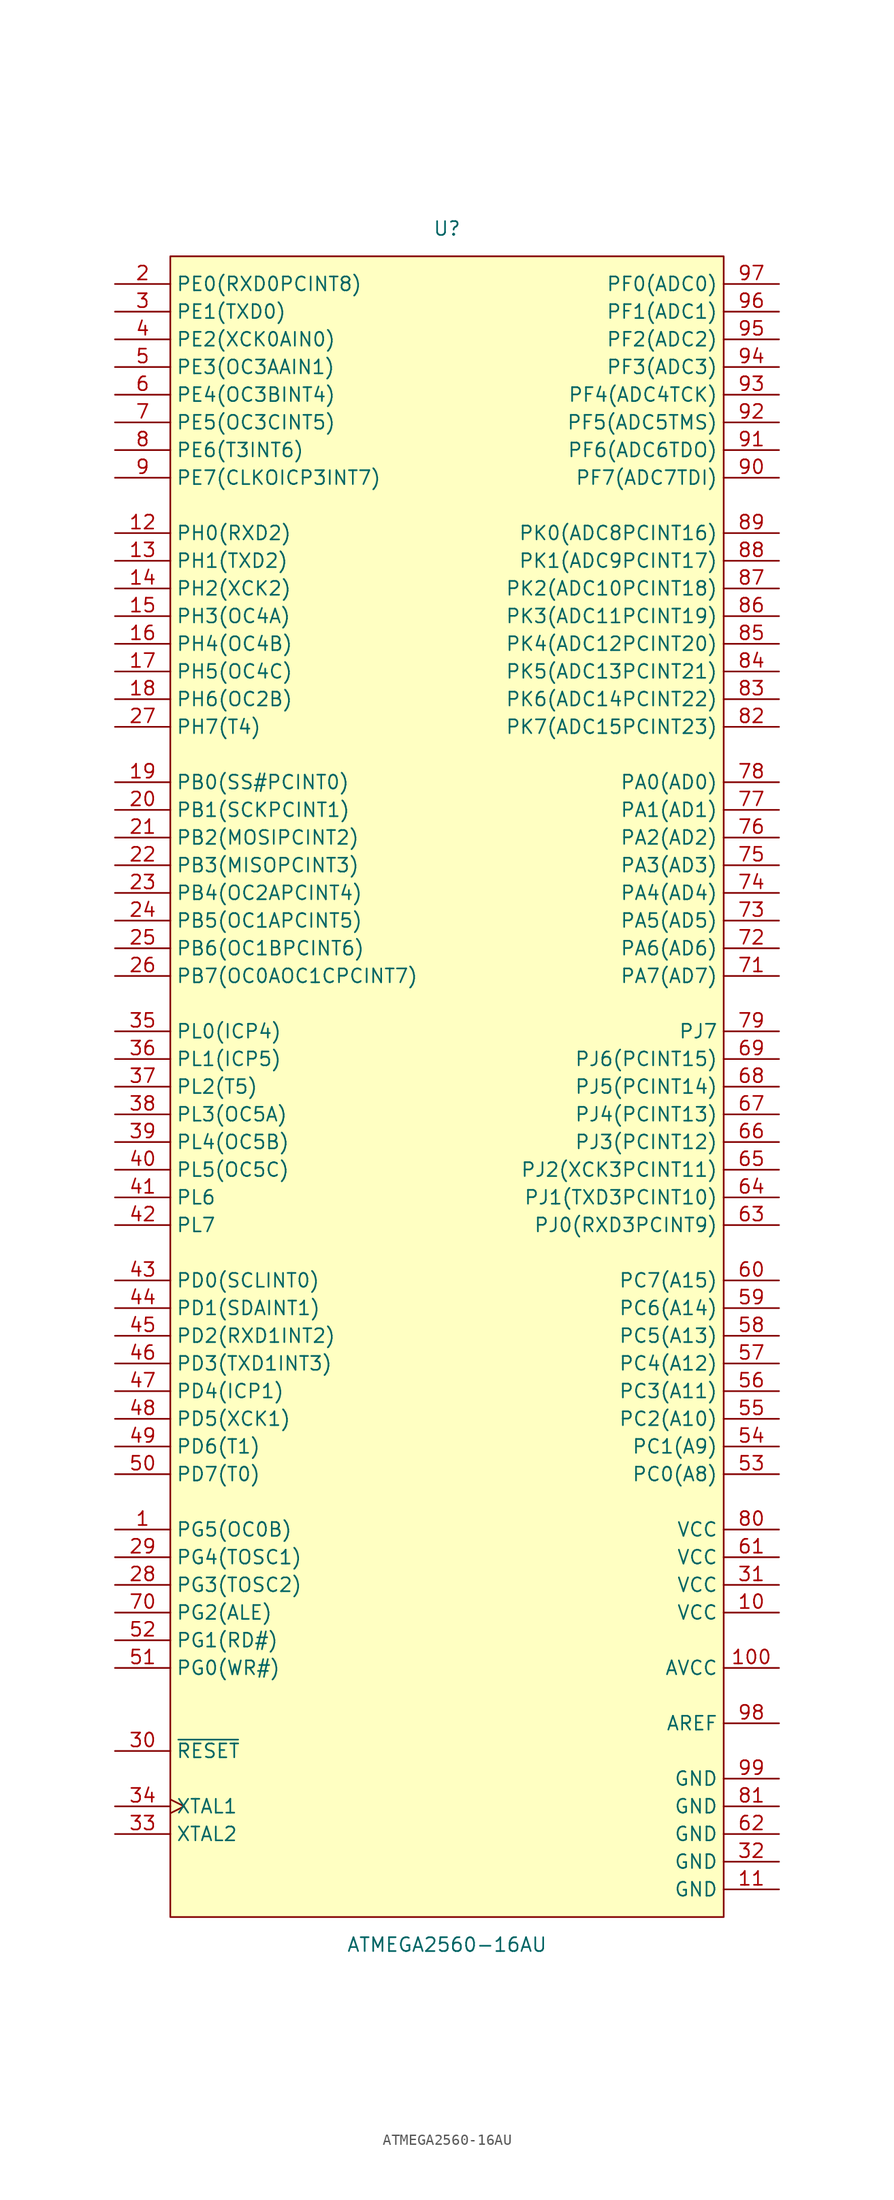
<source format=kicad_sym>
(kicad_symbol_lib
  (version 20211014)
  (generator https://github.com/uPesy/easyeda2kicad.py)
  (symbol "ATMEGA2560-16AU"
    (property "Reference" "U"
      (at 0 78.74 0)
      (effects (font (size 1.27 1.27))))
    (property "Value" "ATMEGA2560-16AU"
      (at 0 -78.74 0)
      (effects (font (size 1.27 1.27))))
    (symbol "ATMEGA2560-16AU_0_1"
      (rectangle (start -25.40 76.20) (end 25.40 -76.20) (stroke (width 0) (type default) (color 0 0 0 0)) (fill (type background)))
      (pin bidirectional line (at 30.48 -12.70 180) (length 5.08) (name "PJ0(RXD3PCINT9)" (effects (font (size 1.27 1.27)))) (number "63" (effects (font (size 1.27 1.27)))))
      (pin power_in line (at 30.48 -53.34 180) (length 5.08) (name "AVCC" (effects (font (size 1.27 1.27)))) (number "100" (effects (font (size 1.27 1.27)))))
      (pin power_in line (at 30.48 -45.72 180) (length 5.08) (name "VCC" (effects (font (size 1.27 1.27)))) (number "31" (effects (font (size 1.27 1.27)))))
      (pin power_in line (at 30.48 -73.66 180) (length 5.08) (name "GND" (effects (font (size 1.27 1.27)))) (number "11" (effects (font (size 1.27 1.27)))))
      (pin power_in line (at 30.48 -71.12 180) (length 5.08) (name "GND" (effects (font (size 1.27 1.27)))) (number "32" (effects (font (size 1.27 1.27)))))
      (pin power_in line (at 30.48 -66.04 180) (length 5.08) (name "GND" (effects (font (size 1.27 1.27)))) (number "81" (effects (font (size 1.27 1.27)))))
      (pin bidirectional line (at -30.48 -40.64 0) (length 5.08) (name "PG5(OC0B)" (effects (font (size 1.27 1.27)))) (number "1" (effects (font (size 1.27 1.27)))))
      (pin bidirectional line (at -30.48 -22.86 0) (length 5.08) (name "PD2(RXD1INT2)" (effects (font (size 1.27 1.27)))) (number "45" (effects (font (size 1.27 1.27)))))
      (pin unspecified line (at -30.48 -60.96 0) (length 5.08) (name "~{RESET}" (effects (font (size 1.27 1.27)))) (number "30" (effects (font (size 1.27 1.27)))))
      (pin bidirectional line (at 30.48 17.78 180) (length 5.08) (name "PA4(AD4)" (effects (font (size 1.27 1.27)))) (number "74" (effects (font (size 1.27 1.27)))))
      (pin bidirectional line (at 30.48 10.16 180) (length 5.08) (name "PA7(AD7)" (effects (font (size 1.27 1.27)))) (number "71" (effects (font (size 1.27 1.27)))))
      (pin bidirectional line (at 30.48 15.24 180) (length 5.08) (name "PA5(AD5)" (effects (font (size 1.27 1.27)))) (number "73" (effects (font (size 1.27 1.27)))))
      (pin power_in line (at 30.48 -40.64 180) (length 5.08) (name "VCC" (effects (font (size 1.27 1.27)))) (number "80" (effects (font (size 1.27 1.27)))))
      (pin unspecified clock (at -30.48 -66.04 0) (length 5.08) (name "XTAL1" (effects (font (size 1.27 1.27)))) (number "34" (effects (font (size 1.27 1.27)))))
      (pin bidirectional line (at 30.48 -33.02 180) (length 5.08) (name "PC1(A9)" (effects (font (size 1.27 1.27)))) (number "54" (effects (font (size 1.27 1.27)))))
      (pin bidirectional line (at 30.48 -30.48 180) (length 5.08) (name "PC2(A10)" (effects (font (size 1.27 1.27)))) (number "55" (effects (font (size 1.27 1.27)))))
      (pin bidirectional line (at 30.48 -27.94 180) (length 5.08) (name "PC3(A11)" (effects (font (size 1.27 1.27)))) (number "56" (effects (font (size 1.27 1.27)))))
      (pin bidirectional line (at 30.48 -25.40 180) (length 5.08) (name "PC4(A12)" (effects (font (size 1.27 1.27)))) (number "57" (effects (font (size 1.27 1.27)))))
      (pin bidirectional line (at 30.48 -22.86 180) (length 5.08) (name "PC5(A13)" (effects (font (size 1.27 1.27)))) (number "58" (effects (font (size 1.27 1.27)))))
      (pin bidirectional line (at 30.48 -0.00 180) (length 5.08) (name "PJ5(PCINT14)" (effects (font (size 1.27 1.27)))) (number "68" (effects (font (size 1.27 1.27)))))
      (pin bidirectional line (at 30.48 2.54 180) (length 5.08) (name "PJ6(PCINT15)" (effects (font (size 1.27 1.27)))) (number "69" (effects (font (size 1.27 1.27)))))
      (pin power_in line (at 30.48 -58.42 180) (length 5.08) (name "AREF" (effects (font (size 1.27 1.27)))) (number "98" (effects (font (size 1.27 1.27)))))
      (pin bidirectional line (at -30.48 -20.32 0) (length 5.08) (name "PD1(SDAINT1)" (effects (font (size 1.27 1.27)))) (number "44" (effects (font (size 1.27 1.27)))))
      (pin bidirectional line (at -30.48 12.70 0) (length 5.08) (name "PB6(OC1BPCINT6)" (effects (font (size 1.27 1.27)))) (number "25" (effects (font (size 1.27 1.27)))))
      (pin bidirectional line (at -30.48 -25.40 0) (length 5.08) (name "PD3(TXD1INT3)" (effects (font (size 1.27 1.27)))) (number "46" (effects (font (size 1.27 1.27)))))
      (pin bidirectional line (at -30.48 -27.94 0) (length 5.08) (name "PD4(ICP1)" (effects (font (size 1.27 1.27)))) (number "47" (effects (font (size 1.27 1.27)))))
      (pin bidirectional line (at -30.48 -30.48 0) (length 5.08) (name "PD5(XCK1)" (effects (font (size 1.27 1.27)))) (number "48" (effects (font (size 1.27 1.27)))))
      (pin bidirectional line (at -30.48 -33.02 0) (length 5.08) (name "PD6(T1)" (effects (font (size 1.27 1.27)))) (number "49" (effects (font (size 1.27 1.27)))))
      (pin bidirectional line (at -30.48 -35.56 0) (length 5.08) (name "PD7(T0)" (effects (font (size 1.27 1.27)))) (number "50" (effects (font (size 1.27 1.27)))))
      (pin bidirectional line (at 30.48 71.12 180) (length 5.08) (name "PF1(ADC1)" (effects (font (size 1.27 1.27)))) (number "96" (effects (font (size 1.27 1.27)))))
      (pin bidirectional line (at 30.48 68.58 180) (length 5.08) (name "PF2(ADC2)" (effects (font (size 1.27 1.27)))) (number "95" (effects (font (size 1.27 1.27)))))
      (pin bidirectional line (at 30.48 -35.56 180) (length 5.08) (name "PC0(A8)" (effects (font (size 1.27 1.27)))) (number "53" (effects (font (size 1.27 1.27)))))
      (pin bidirectional line (at 30.48 20.32 180) (length 5.08) (name "PA3(AD3)" (effects (font (size 1.27 1.27)))) (number "75" (effects (font (size 1.27 1.27)))))
      (pin bidirectional line (at 30.48 63.50 180) (length 5.08) (name "PF4(ADC4TCK)" (effects (font (size 1.27 1.27)))) (number "93" (effects (font (size 1.27 1.27)))))
      (pin bidirectional line (at 30.48 60.96 180) (length 5.08) (name "PF5(ADC5TMS)" (effects (font (size 1.27 1.27)))) (number "92" (effects (font (size 1.27 1.27)))))
      (pin bidirectional line (at 30.48 58.42 180) (length 5.08) (name "PF6(ADC6TDO)" (effects (font (size 1.27 1.27)))) (number "91" (effects (font (size 1.27 1.27)))))
      (pin bidirectional line (at 30.48 55.88 180) (length 5.08) (name "PF7(ADC7TDI)" (effects (font (size 1.27 1.27)))) (number "90" (effects (font (size 1.27 1.27)))))
      (pin bidirectional line (at -30.48 -53.34 0) (length 5.08) (name "PG0(WR#)" (effects (font (size 1.27 1.27)))) (number "51" (effects (font (size 1.27 1.27)))))
      (pin bidirectional line (at -30.48 -50.80 0) (length 5.08) (name "PG1(RD#)" (effects (font (size 1.27 1.27)))) (number "52" (effects (font (size 1.27 1.27)))))
      (pin bidirectional line (at -30.48 -48.26 0) (length 5.08) (name "PG2(ALE)" (effects (font (size 1.27 1.27)))) (number "70" (effects (font (size 1.27 1.27)))))
      (pin bidirectional line (at 30.48 12.70 180) (length 5.08) (name "PA6(AD6)" (effects (font (size 1.27 1.27)))) (number "72" (effects (font (size 1.27 1.27)))))
      (pin bidirectional line (at -30.48 -17.78 0) (length 5.08) (name "PD0(SCLINT0)" (effects (font (size 1.27 1.27)))) (number "43" (effects (font (size 1.27 1.27)))))
      (pin bidirectional line (at -30.48 45.72 0) (length 5.08) (name "PH2(XCK2)" (effects (font (size 1.27 1.27)))) (number "14" (effects (font (size 1.27 1.27)))))
      (pin bidirectional line (at -30.48 -0.00 0) (length 5.08) (name "PL2(T5)" (effects (font (size 1.27 1.27)))) (number "37" (effects (font (size 1.27 1.27)))))
      (pin bidirectional line (at -30.48 -2.54 0) (length 5.08) (name "PL3(OC5A)" (effects (font (size 1.27 1.27)))) (number "38" (effects (font (size 1.27 1.27)))))
      (pin bidirectional line (at -30.48 -5.08 0) (length 5.08) (name "PL4(OC5B)" (effects (font (size 1.27 1.27)))) (number "39" (effects (font (size 1.27 1.27)))))
      (pin bidirectional line (at -30.48 -7.62 0) (length 5.08) (name "PL5(OC5C)" (effects (font (size 1.27 1.27)))) (number "40" (effects (font (size 1.27 1.27)))))
      (pin bidirectional line (at -30.48 -10.16 0) (length 5.08) (name "PL6" (effects (font (size 1.27 1.27)))) (number "41" (effects (font (size 1.27 1.27)))))
      (pin power_in line (at 30.48 -48.26 180) (length 5.08) (name "VCC" (effects (font (size 1.27 1.27)))) (number "10" (effects (font (size 1.27 1.27)))))
      (pin output line (at -30.48 -68.58 0) (length 5.08) (name "XTAL2" (effects (font (size 1.27 1.27)))) (number "33" (effects (font (size 1.27 1.27)))))
      (pin bidirectional line (at -30.48 -45.72 0) (length 5.08) (name "PG3(TOSC2)" (effects (font (size 1.27 1.27)))) (number "28" (effects (font (size 1.27 1.27)))))
      (pin bidirectional line (at -30.48 15.24 0) (length 5.08) (name "PB5(OC1APCINT5)" (effects (font (size 1.27 1.27)))) (number "24" (effects (font (size 1.27 1.27)))))
      (pin bidirectional line (at 30.48 66.04 180) (length 5.08) (name "PF3(ADC3)" (effects (font (size 1.27 1.27)))) (number "94" (effects (font (size 1.27 1.27)))))
      (pin bidirectional line (at 30.48 25.40 180) (length 5.08) (name "PA1(AD1)" (effects (font (size 1.27 1.27)))) (number "77" (effects (font (size 1.27 1.27)))))
      (pin bidirectional line (at 30.48 22.86 180) (length 5.08) (name "PA2(AD2)" (effects (font (size 1.27 1.27)))) (number "76" (effects (font (size 1.27 1.27)))))
      (pin bidirectional line (at -30.48 63.50 0) (length 5.08) (name "PE4(OC3BINT4)" (effects (font (size 1.27 1.27)))) (number "6" (effects (font (size 1.27 1.27)))))
      (pin bidirectional line (at -30.48 60.96 0) (length 5.08) (name "PE5(OC3CINT5)" (effects (font (size 1.27 1.27)))) (number "7" (effects (font (size 1.27 1.27)))))
      (pin bidirectional line (at -30.48 58.42 0) (length 5.08) (name "PE6(T3INT6)" (effects (font (size 1.27 1.27)))) (number "8" (effects (font (size 1.27 1.27)))))
      (pin bidirectional line (at -30.48 55.88 0) (length 5.08) (name "PE7(CLKOICP3INT7)" (effects (font (size 1.27 1.27)))) (number "9" (effects (font (size 1.27 1.27)))))
      (pin bidirectional line (at 30.48 -5.08 180) (length 5.08) (name "PJ3(PCINT12)" (effects (font (size 1.27 1.27)))) (number "66" (effects (font (size 1.27 1.27)))))
      (pin bidirectional line (at 30.48 38.10 180) (length 5.08) (name "PK5(ADC13PCINT21)" (effects (font (size 1.27 1.27)))) (number "84" (effects (font (size 1.27 1.27)))))
      (pin bidirectional line (at 30.48 40.64 180) (length 5.08) (name "PK4(ADC12PCINT20)" (effects (font (size 1.27 1.27)))) (number "85" (effects (font (size 1.27 1.27)))))
      (pin bidirectional line (at 30.48 43.18 180) (length 5.08) (name "PK3(ADC11PCINT19)" (effects (font (size 1.27 1.27)))) (number "86" (effects (font (size 1.27 1.27)))))
      (pin bidirectional line (at -30.48 22.86 0) (length 5.08) (name "PB2(MOSIPCINT2)" (effects (font (size 1.27 1.27)))) (number "21" (effects (font (size 1.27 1.27)))))
      (pin bidirectional line (at -30.48 20.32 0) (length 5.08) (name "PB3(MISOPCINT3)" (effects (font (size 1.27 1.27)))) (number "22" (effects (font (size 1.27 1.27)))))
      (pin bidirectional line (at -30.48 17.78 0) (length 5.08) (name "PB4(OC2APCINT4)" (effects (font (size 1.27 1.27)))) (number "23" (effects (font (size 1.27 1.27)))))
      (pin bidirectional line (at 30.48 27.94 180) (length 5.08) (name "PA0(AD0)" (effects (font (size 1.27 1.27)))) (number "78" (effects (font (size 1.27 1.27)))))
      (pin power_in line (at 30.48 -63.50 180) (length 5.08) (name "GND" (effects (font (size 1.27 1.27)))) (number "99" (effects (font (size 1.27 1.27)))))
      (pin bidirectional line (at 30.48 45.72 180) (length 5.08) (name "PK2(ADC10PCINT18)" (effects (font (size 1.27 1.27)))) (number "87" (effects (font (size 1.27 1.27)))))
      (pin bidirectional line (at 30.48 -7.62 180) (length 5.08) (name "PJ2(XCK3PCINT11)" (effects (font (size 1.27 1.27)))) (number "65" (effects (font (size 1.27 1.27)))))
      (pin bidirectional line (at 30.48 -10.16 180) (length 5.08) (name "PJ1(TXD3PCINT10)" (effects (font (size 1.27 1.27)))) (number "64" (effects (font (size 1.27 1.27)))))
      (pin bidirectional line (at -30.48 -43.18 0) (length 5.08) (name "PG4(TOSC1)" (effects (font (size 1.27 1.27)))) (number "29" (effects (font (size 1.27 1.27)))))
      (pin bidirectional line (at 30.48 73.66 180) (length 5.08) (name "PF0(ADC0)" (effects (font (size 1.27 1.27)))) (number "97" (effects (font (size 1.27 1.27)))))
      (pin bidirectional line (at -30.48 66.04 0) (length 5.08) (name "PE3(OC3AAIN1)" (effects (font (size 1.27 1.27)))) (number "5" (effects (font (size 1.27 1.27)))))
      (pin bidirectional line (at -30.48 68.58 0) (length 5.08) (name "PE2(XCK0AIN0)" (effects (font (size 1.27 1.27)))) (number "4" (effects (font (size 1.27 1.27)))))
      (pin bidirectional line (at -30.48 71.12 0) (length 5.08) (name "PE1(TXD0)" (effects (font (size 1.27 1.27)))) (number "3" (effects (font (size 1.27 1.27)))))
      (pin bidirectional line (at -30.48 73.66 0) (length 5.08) (name "PE0(RXD0PCINT8)" (effects (font (size 1.27 1.27)))) (number "2" (effects (font (size 1.27 1.27)))))
      (pin bidirectional line (at -30.48 10.16 0) (length 5.08) (name "PB7(OC0AOC1CPCINT7)" (effects (font (size 1.27 1.27)))) (number "26" (effects (font (size 1.27 1.27)))))
      (pin bidirectional line (at -30.48 25.40 0) (length 5.08) (name "PB1(SCKPCINT1)" (effects (font (size 1.27 1.27)))) (number "20" (effects (font (size 1.27 1.27)))))
      (pin bidirectional line (at -30.48 27.94 0) (length 5.08) (name "PB0(SS#PCINT0)" (effects (font (size 1.27 1.27)))) (number "19" (effects (font (size 1.27 1.27)))))
      (pin bidirectional line (at -30.48 48.26 0) (length 5.08) (name "PH1(TXD2)" (effects (font (size 1.27 1.27)))) (number "13" (effects (font (size 1.27 1.27)))))
      (pin bidirectional line (at 30.48 5.08 180) (length 5.08) (name "PJ7" (effects (font (size 1.27 1.27)))) (number "79" (effects (font (size 1.27 1.27)))))
      (pin bidirectional line (at 30.48 -2.54 180) (length 5.08) (name "PJ4(PCINT13)" (effects (font (size 1.27 1.27)))) (number "67" (effects (font (size 1.27 1.27)))))
      (pin power_in line (at 30.48 -68.58 180) (length 5.08) (name "GND" (effects (font (size 1.27 1.27)))) (number "62" (effects (font (size 1.27 1.27)))))
      (pin power_in line (at 30.48 -43.18 180) (length 5.08) (name "VCC" (effects (font (size 1.27 1.27)))) (number "61" (effects (font (size 1.27 1.27)))))
      (pin bidirectional line (at -30.48 -12.70 0) (length 5.08) (name "PL7" (effects (font (size 1.27 1.27)))) (number "42" (effects (font (size 1.27 1.27)))))
      (pin bidirectional line (at -30.48 50.80 0) (length 5.08) (name "PH0(RXD2)" (effects (font (size 1.27 1.27)))) (number "12" (effects (font (size 1.27 1.27)))))
      (pin bidirectional line (at -30.48 43.18 0) (length 5.08) (name "PH3(OC4A)" (effects (font (size 1.27 1.27)))) (number "15" (effects (font (size 1.27 1.27)))))
      (pin bidirectional line (at -30.48 40.64 0) (length 5.08) (name "PH4(OC4B)" (effects (font (size 1.27 1.27)))) (number "16" (effects (font (size 1.27 1.27)))))
      (pin bidirectional line (at -30.48 38.10 0) (length 5.08) (name "PH5(OC4C)" (effects (font (size 1.27 1.27)))) (number "17" (effects (font (size 1.27 1.27)))))
      (pin bidirectional line (at -30.48 35.56 0) (length 5.08) (name "PH6(OC2B)" (effects (font (size 1.27 1.27)))) (number "18" (effects (font (size 1.27 1.27)))))
      (pin bidirectional line (at -30.48 33.02 0) (length 5.08) (name "PH7(T4)" (effects (font (size 1.27 1.27)))) (number "27" (effects (font (size 1.27 1.27)))))
      (pin bidirectional line (at 30.48 35.56 180) (length 5.08) (name "PK6(ADC14PCINT22)" (effects (font (size 1.27 1.27)))) (number "83" (effects (font (size 1.27 1.27)))))
      (pin bidirectional line (at 30.48 48.26 180) (length 5.08) (name "PK1(ADC9PCINT17)" (effects (font (size 1.27 1.27)))) (number "88" (effects (font (size 1.27 1.27)))))
      (pin bidirectional line (at 30.48 50.80 180) (length 5.08) (name "PK0(ADC8PCINT16)" (effects (font (size 1.27 1.27)))) (number "89" (effects (font (size 1.27 1.27)))))
      (pin bidirectional line (at -30.48 5.08 0) (length 5.08) (name "PL0(ICP4)" (effects (font (size 1.27 1.27)))) (number "35" (effects (font (size 1.27 1.27)))))
      (pin bidirectional line (at 30.48 33.02 180) (length 5.08) (name "PK7(ADC15PCINT23)" (effects (font (size 1.27 1.27)))) (number "82" (effects (font (size 1.27 1.27)))))
      (pin bidirectional line (at -30.48 2.54 0) (length 5.08) (name "PL1(ICP5)" (effects (font (size 1.27 1.27)))) (number "36" (effects (font (size 1.27 1.27)))))
      (pin bidirectional line (at 30.48 -20.32 180) (length 5.08) (name "PC6(A14)" (effects (font (size 1.27 1.27)))) (number "59" (effects (font (size 1.27 1.27)))))
      (pin bidirectional line (at 30.48 -17.78 180) (length 5.08) (name "PC7(A15)" (effects (font (size 1.27 1.27)))) (number "60" (effects (font (size 1.27 1.27))))))))
</source>
